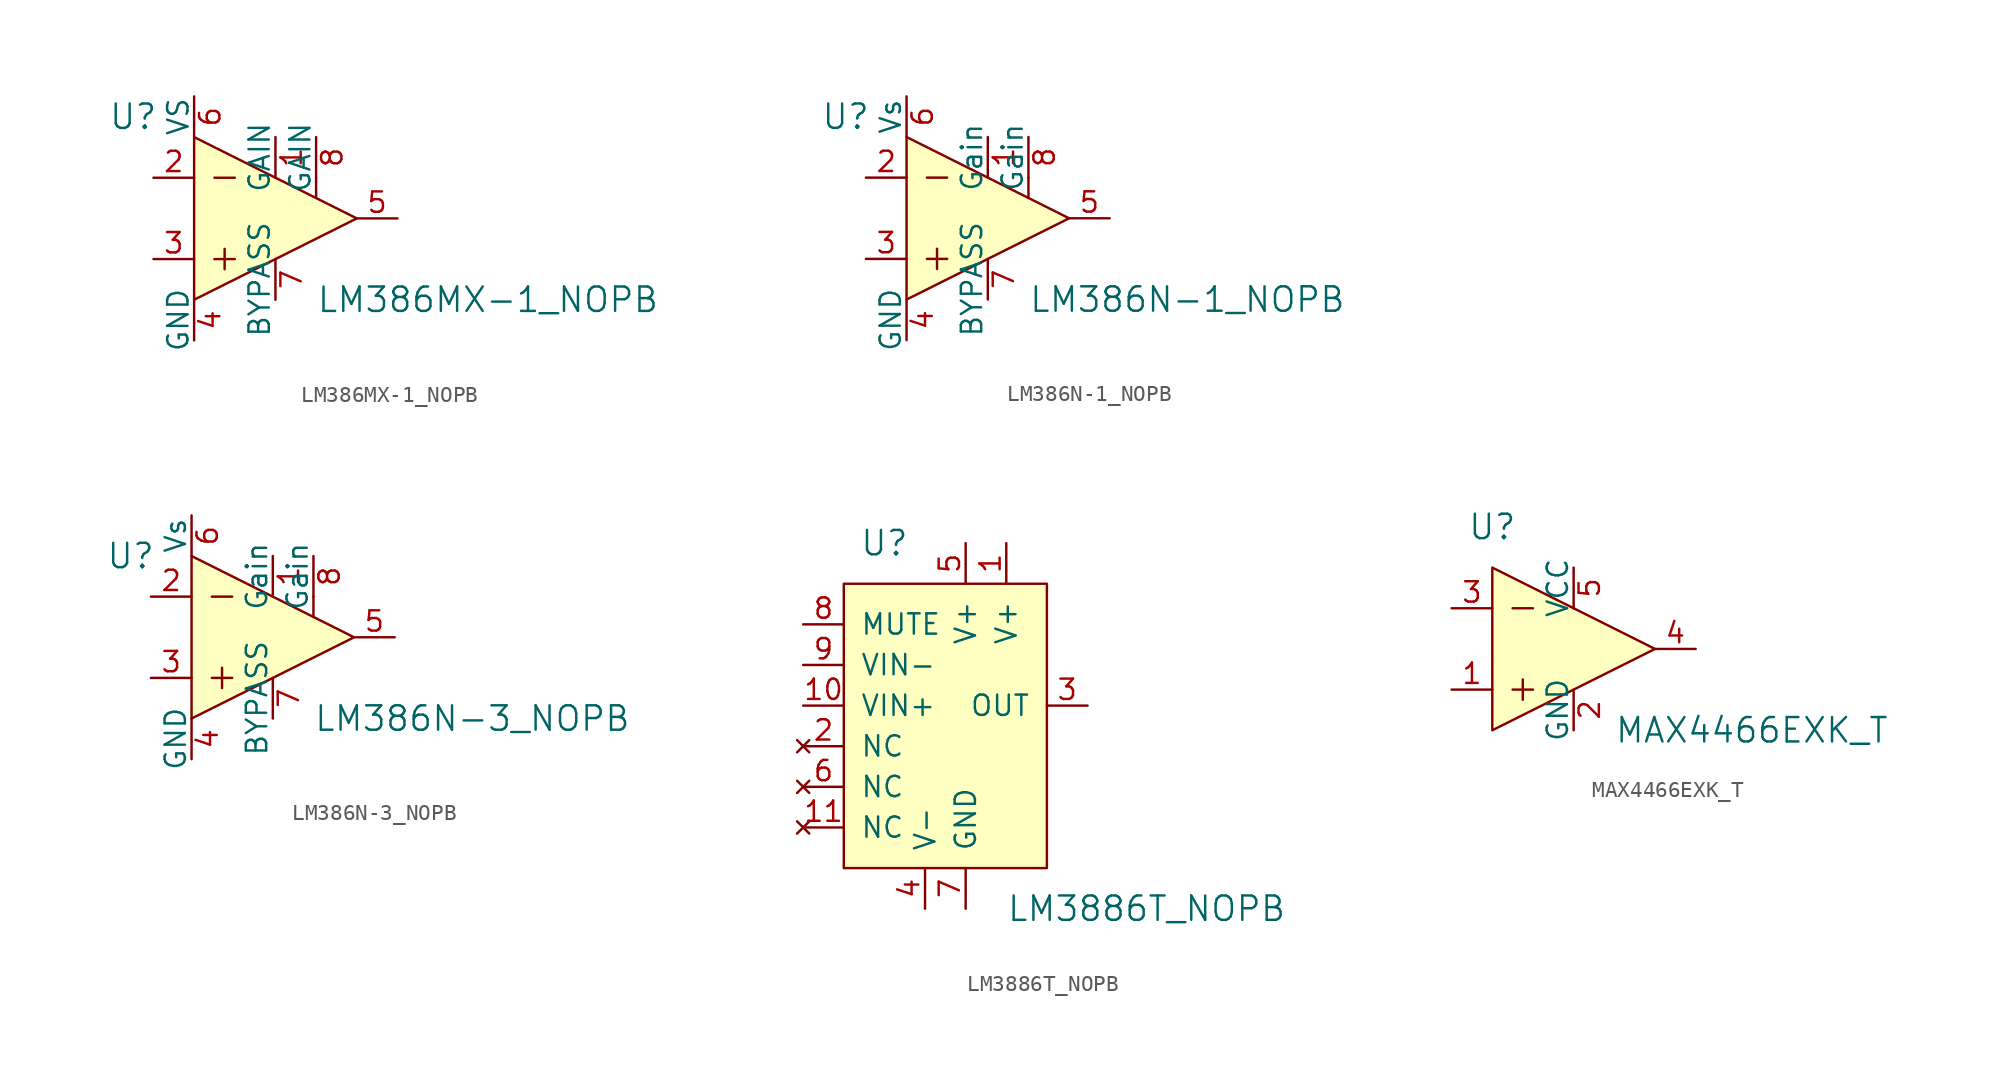
<source format=kicad_sym>
(kicad_symbol_lib
  (version 20211014)
  (generator kicad_symbol_editor)
  (symbol "LM386MX-1_NOPB"
    (pin_names
      (offset 0))
    (property "Reference" "U"
      (at -8.89 6.35 0)
      (effects (font (size 1.524 1.524))))
    (property "Value" "LM386MX-1_NOPB"
      (at 2.54 -5.08 0)
      (effects (font (size 1.524 1.524)) (justify left)))
    (symbol "LM386MX-1_NOPB_0_1"
      (polyline (pts (xy -3.81 -2.54) (xy -2.54 -2.54)) (stroke (width 0) (type default) (color 0 0 0 0)) (fill (type none)))
      (polyline (pts (xy -3.81 2.54) (xy -2.54 2.54)) (stroke (width 0) (type default) (color 0 0 0 0)) (fill (type none)))
      (polyline (pts (xy -3.175 -1.905) (xy -3.175 -3.175)) (stroke (width 0) (type default) (color 0 0 0 0)) (fill (type none)))
      (polyline (pts (xy 2.54 2.54) (xy 2.54 1.27)) (stroke (width 0) (type default) (color 0 0 0 0)) (fill (type none)))
      (polyline (pts (xy -5.08 5.08) (xy -5.08 -5.08) (xy 5.08 0) (xy -5.08 5.08)) (stroke (width 0) (type default) (color 0 0 0 0)) (fill (type background))))
    (symbol "LM386MX-1_NOPB_1_1"
      (pin passive line (at 0 5.08 270) (length 2.54) (name "GAIN" (effects (font (size 1.27 1.27)))) (number "1" (effects (font (size 1.27 1.27)))))
      (pin input line (at -7.62 2.54 0) (length 2.54) (name "~" (effects (font (size 1.27 1.27)))) (number "2" (effects (font (size 1.27 1.27)))))
      (pin input line (at -7.62 -2.54 0) (length 2.54) (name "~" (effects (font (size 1.27 1.27)))) (number "3" (effects (font (size 1.27 1.27)))))
      (pin power_in line (at -5.08 -7.62 90) (length 2.54) (name "GND" (effects (font (size 1.27 1.27)))) (number "4" (effects (font (size 1.27 1.27)))))
      (pin output line (at 7.62 0 180) (length 2.54) (name "~" (effects (font (size 1.27 1.27)))) (number "5" (effects (font (size 1.27 1.27)))))
      (pin power_in line (at -5.08 7.62 270) (length 2.54) (name "VS" (effects (font (size 1.27 1.27)))) (number "6" (effects (font (size 1.27 1.27)))))
      (pin output line (at 0 -5.08 90) (length 2.54) (name "BYPASS" (effects (font (size 1.27 1.27)))) (number "7" (effects (font (size 1.27 1.27)))))
      (pin passive line (at 2.54 5.08 270) (length 2.54) (name "GAIN" (effects (font (size 1.27 1.27)))) (number "8" (effects (font (size 1.27 1.27)))))))
  (symbol "LM386N-1_NOPB"
    (pin_names
      (offset 0))
    (property "Reference" "U"
      (at -8.89 6.35 0)
      (effects (font (size 1.524 1.524))))
    (property "Value" "LM386N-1_NOPB"
      (at 2.54 -5.08 0)
      (effects (font (size 1.524 1.524)) (justify left)))
    (symbol "LM386N-1_NOPB_0_1"
      (polyline (pts (xy -3.81 -2.54) (xy -2.54 -2.54)) (stroke (width 0) (type default) (color 0 0 0 0)) (fill (type none)))
      (polyline (pts (xy -3.81 2.54) (xy -2.54 2.54)) (stroke (width 0) (type default) (color 0 0 0 0)) (fill (type none)))
      (polyline (pts (xy -3.175 -1.905) (xy -3.175 -3.175)) (stroke (width 0) (type default) (color 0 0 0 0)) (fill (type none)))
      (polyline (pts (xy 2.54 2.54) (xy 2.54 1.27)) (stroke (width 0) (type default) (color 0 0 0 0)) (fill (type none)))
      (polyline (pts (xy -5.08 5.08) (xy -5.08 -5.08) (xy 5.08 0) (xy -5.08 5.08)) (stroke (width 0) (type default) (color 0 0 0 0)) (fill (type background))))
    (symbol "LM386N-1_NOPB_1_1"
      (pin input line (at 0 5.08 270) (length 2.54) (name "Gain" (effects (font (size 1.27 1.27)))) (number "1" (effects (font (size 1.27 1.27)))))
      (pin input line (at -7.62 2.54 0) (length 2.54) (name "~" (effects (font (size 1.27 1.27)))) (number "2" (effects (font (size 1.27 1.27)))))
      (pin input line (at -7.62 -2.54 0) (length 2.54) (name "~" (effects (font (size 1.27 1.27)))) (number "3" (effects (font (size 1.27 1.27)))))
      (pin power_in line (at -5.08 -7.62 90) (length 2.54) (name "GND" (effects (font (size 1.27 1.27)))) (number "4" (effects (font (size 1.27 1.27)))))
      (pin output line (at 7.62 0 180) (length 2.54) (name "~" (effects (font (size 1.27 1.27)))) (number "5" (effects (font (size 1.27 1.27)))))
      (pin power_in line (at -5.08 7.62 270) (length 2.54) (name "Vs" (effects (font (size 1.27 1.27)))) (number "6" (effects (font (size 1.27 1.27)))))
      (pin output line (at 0 -5.08 90) (length 2.54) (name "BYPASS" (effects (font (size 1.27 1.27)))) (number "7" (effects (font (size 1.27 1.27)))))
      (pin input line (at 2.54 5.08 270) (length 2.54) (name "Gain" (effects (font (size 1.27 1.27)))) (number "8" (effects (font (size 1.27 1.27)))))))
  (symbol "LM386N-3_NOPB"
    (pin_names
      (offset 0))
    (property "Reference" "U"
      (at -8.89 5.08 0)
      (effects (font (size 1.524 1.524))))
    (property "Value" "LM386N-3_NOPB"
      (at 2.54 -5.08 0)
      (effects (font (size 1.524 1.524)) (justify left)))
    (symbol "LM386N-3_NOPB_0_1"
      (polyline (pts (xy -3.81 -2.54) (xy -2.54 -2.54)) (stroke (width 0) (type default) (color 0 0 0 0)) (fill (type none)))
      (polyline (pts (xy -3.81 2.54) (xy -2.54 2.54)) (stroke (width 0) (type default) (color 0 0 0 0)) (fill (type none)))
      (polyline (pts (xy -3.175 -1.905) (xy -3.175 -3.175)) (stroke (width 0) (type default) (color 0 0 0 0)) (fill (type none)))
      (polyline (pts (xy 2.54 2.54) (xy 2.54 1.27)) (stroke (width 0) (type default) (color 0 0 0 0)) (fill (type none)))
      (polyline (pts (xy -5.08 5.08) (xy -5.08 -5.08) (xy 5.08 0) (xy -5.08 5.08)) (stroke (width 0) (type default) (color 0 0 0 0)) (fill (type background))))
    (symbol "LM386N-3_NOPB_1_1"
      (pin input line (at 0 5.08 270) (length 2.54) (name "Gain" (effects (font (size 1.27 1.27)))) (number "1" (effects (font (size 1.27 1.27)))))
      (pin input line (at -7.62 2.54 0) (length 2.54) (name "~" (effects (font (size 1.27 1.27)))) (number "2" (effects (font (size 1.27 1.27)))))
      (pin input line (at -7.62 -2.54 0) (length 2.54) (name "~" (effects (font (size 1.27 1.27)))) (number "3" (effects (font (size 1.27 1.27)))))
      (pin power_in line (at -5.08 -7.62 90) (length 2.54) (name "GND" (effects (font (size 1.27 1.27)))) (number "4" (effects (font (size 1.27 1.27)))))
      (pin output line (at 7.62 0 180) (length 2.54) (name "~" (effects (font (size 1.27 1.27)))) (number "5" (effects (font (size 1.27 1.27)))))
      (pin power_in line (at -5.08 7.62 270) (length 2.54) (name "Vs" (effects (font (size 1.27 1.27)))) (number "6" (effects (font (size 1.27 1.27)))))
      (pin output line (at 0 -5.08 90) (length 2.54) (name "BYPASS" (effects (font (size 1.27 1.27)))) (number "7" (effects (font (size 1.27 1.27)))))
      (pin input line (at 2.54 5.08 270) (length 2.54) (name "Gain" (effects (font (size 1.27 1.27)))) (number "8" (effects (font (size 1.27 1.27)))))))
  (symbol "LM3886T_NOPB"
    (pin_names
      (offset 1.016))
    (property "Reference" "U"
      (at -5.08 5.08 0)
      (effects (font (size 1.524 1.524))))
    (property "Value" "LM3886T_NOPB"
      (at 2.54 -17.78 0)
      (effects (font (size 1.524 1.524)) (justify left)))
    (symbol "LM3886T_NOPB_0_1"
      (rectangle (start -7.62 2.54) (end 5.08 -15.24) (stroke (width 0) (type default) (color 0 0 0 0)) (fill (type background))))
    (symbol "LM3886T_NOPB_1_1"
      (pin power_in line (at 2.54 5.08 270) (length 2.54) (name "V+" (effects (font (size 1.27 1.27)))) (number "1" (effects (font (size 1.27 1.27)))))
      (pin input line (at -10.16 -5.08 0) (length 2.54) (name "VIN+" (effects (font (size 1.27 1.27)))) (number "10" (effects (font (size 1.27 1.27)))))
      (pin no_connect line (at -10.16 -12.7 0) (length 2.54) (name "NC" (effects (font (size 1.27 1.27)))) (number "11" (effects (font (size 1.27 1.27)))))
      (pin no_connect line (at -10.16 -7.62 0) (length 2.54) (name "NC" (effects (font (size 1.27 1.27)))) (number "2" (effects (font (size 1.27 1.27)))))
      (pin output line (at 7.62 -5.08 180) (length 2.54) (name "OUT" (effects (font (size 1.27 1.27)))) (number "3" (effects (font (size 1.27 1.27)))))
      (pin power_in line (at -2.54 -17.78 90) (length 2.54) (name "V-" (effects (font (size 1.27 1.27)))) (number "4" (effects (font (size 1.27 1.27)))))
      (pin power_in line (at 0 5.08 270) (length 2.54) (name "V+" (effects (font (size 1.27 1.27)))) (number "5" (effects (font (size 1.27 1.27)))))
      (pin no_connect line (at -10.16 -10.16 0) (length 2.54) (name "NC" (effects (font (size 1.27 1.27)))) (number "6" (effects (font (size 1.27 1.27)))))
      (pin power_in line (at 0 -17.78 90) (length 2.54) (name "GND" (effects (font (size 1.27 1.27)))) (number "7" (effects (font (size 1.27 1.27)))))
      (pin input line (at -10.16 0 0) (length 2.54) (name "MUTE" (effects (font (size 1.27 1.27)))) (number "8" (effects (font (size 1.27 1.27)))))
      (pin input line (at -10.16 -2.54 0) (length 2.54) (name "VIN-" (effects (font (size 1.27 1.27)))) (number "9" (effects (font (size 1.27 1.27)))))))
  (symbol "MAX4466EXK_T"
    (pin_names
      (offset 0))
    (property "Reference" "U"
      (at -5.08 7.62 0)
      (effects (font (size 1.524 1.524))))
    (property "Value" "MAX4466EXK_T"
      (at 2.54 -5.08 0)
      (effects (font (size 1.524 1.524)) (justify left)))
    (symbol "MAX4466EXK_T_0_1"
      (polyline (pts (xy -3.81 -2.54) (xy -2.54 -2.54)) (stroke (width 0) (type default) (color 0 0 0 0)) (fill (type none)))
      (polyline (pts (xy -3.81 2.54) (xy -2.54 2.54)) (stroke (width 0) (type default) (color 0 0 0 0)) (fill (type none)))
      (polyline (pts (xy -3.175 -1.905) (xy -3.175 -3.175)) (stroke (width 0) (type default) (color 0 0 0 0)) (fill (type none)))
      (polyline (pts (xy -5.08 5.08) (xy -5.08 -5.08) (xy 5.08 0) (xy -5.08 5.08)) (stroke (width 0) (type default) (color 0 0 0 0)) (fill (type background))))
    (symbol "MAX4466EXK_T_1_1"
      (pin input line (at -7.62 -2.54 0) (length 2.54) (name "~" (effects (font (size 1.27 1.27)))) (number "1" (effects (font (size 1.27 1.27)))))
      (pin power_in line (at 0 -5.08 90) (length 2.54) (name "GND" (effects (font (size 1.27 1.27)))) (number "2" (effects (font (size 1.27 1.27)))))
      (pin input line (at -7.62 2.54 0) (length 2.54) (name "~" (effects (font (size 1.27 1.27)))) (number "3" (effects (font (size 1.27 1.27)))))
      (pin output line (at 7.62 0 180) (length 2.54) (name "~" (effects (font (size 1.27 1.27)))) (number "4" (effects (font (size 1.27 1.27)))))
      (pin power_in line (at 0 5.08 270) (length 2.54) (name "VCC" (effects (font (size 1.27 1.27)))) (number "5" (effects (font (size 1.27 1.27))))))))
</source>
